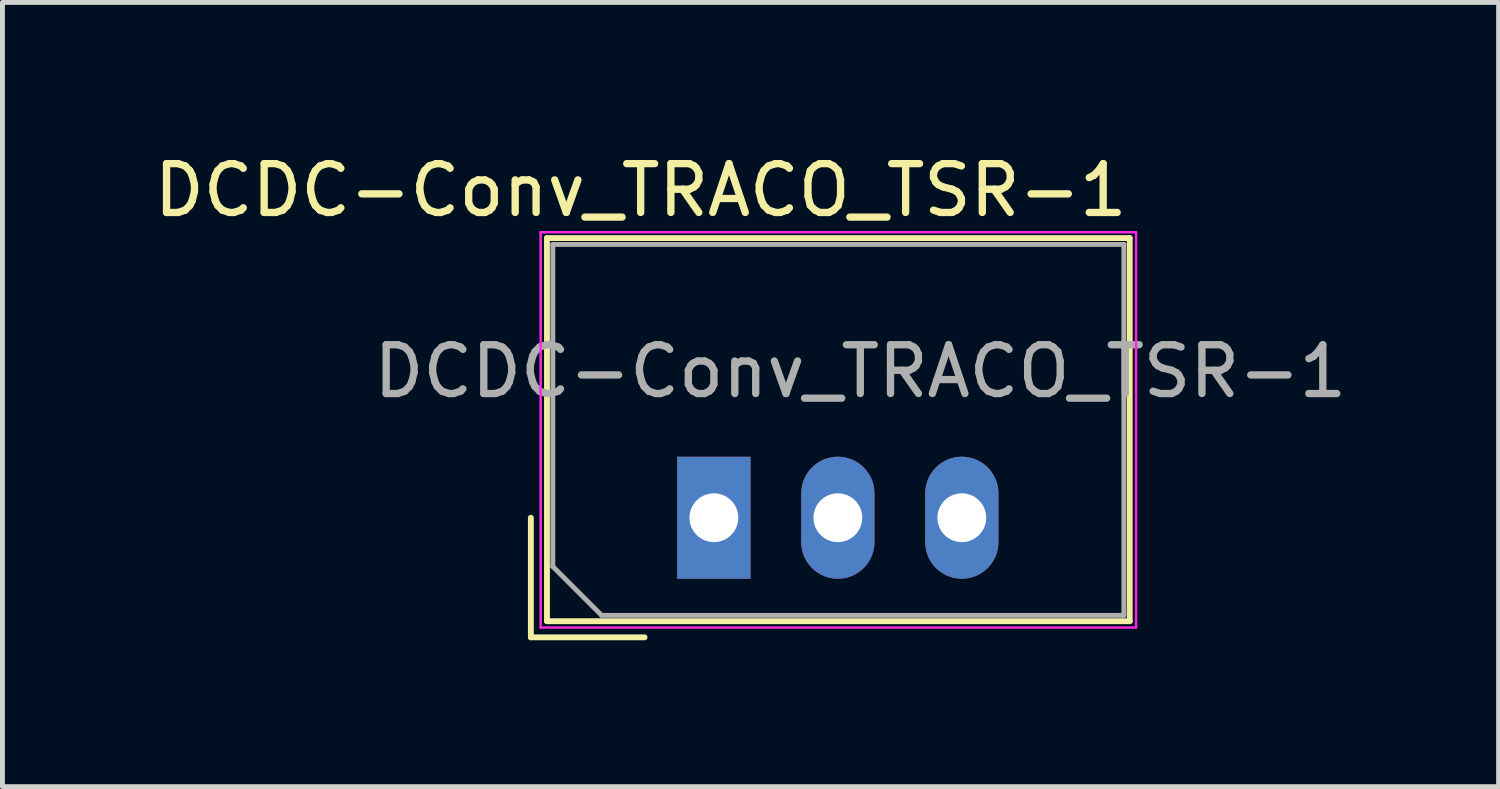
<source format=kicad_pcb>
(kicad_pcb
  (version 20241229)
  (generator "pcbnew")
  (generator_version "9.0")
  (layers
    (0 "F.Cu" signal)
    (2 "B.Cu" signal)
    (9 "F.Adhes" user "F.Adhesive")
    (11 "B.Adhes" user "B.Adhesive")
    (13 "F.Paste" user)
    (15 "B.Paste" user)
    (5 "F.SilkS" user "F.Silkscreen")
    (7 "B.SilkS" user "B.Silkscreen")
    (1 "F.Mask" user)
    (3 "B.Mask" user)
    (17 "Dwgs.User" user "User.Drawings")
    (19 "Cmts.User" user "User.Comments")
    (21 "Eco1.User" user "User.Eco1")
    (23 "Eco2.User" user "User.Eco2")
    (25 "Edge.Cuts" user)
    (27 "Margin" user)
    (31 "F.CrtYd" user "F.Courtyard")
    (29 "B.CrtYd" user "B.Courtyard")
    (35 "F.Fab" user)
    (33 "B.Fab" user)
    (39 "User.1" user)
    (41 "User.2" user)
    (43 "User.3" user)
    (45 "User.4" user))
  (footprint "DCDC-Conv_TRACO_TSR-1"
    (layer "F.Cu")
    (at 11.577 7.558)
    (property "Reference" "DCDC-Conv_TRACO_TSR-1" (at -1.5 -6.71 0) (layer "F.SilkS") (effects (font (size 1 1) (thickness 0.15))))
    (attr through_hole)
    (fp_line (start -3.75 0) (end -3.75 2.45) (stroke (width 0.12) (type solid)) (layer "F.SilkS"))
    (fp_line (start -3.75 2.45) (end -1.42 2.45) (stroke (width 0.12) (type solid)) (layer "F.SilkS"))
    (fp_line (start -3.42 -5.73) (end 8.52 -5.73) (stroke (width 0.12) (type solid)) (layer "F.SilkS"))
    (fp_line (start -3.42 2.12) (end -3.42 -5.73) (stroke (width 0.12) (type solid)) (layer "F.SilkS"))
    (fp_line (start 8.52 -5.73) (end 8.52 2.12) (stroke (width 0.12) (type solid)) (layer "F.SilkS"))
    (fp_line (start 8.52 2.12) (end -3.42 2.12) (stroke (width 0.12) (type solid)) (layer "F.SilkS"))
    (fp_line (start -3.55 -5.85) (end 8.65 -5.85) (stroke (width 0.05) (type solid)) (layer "F.CrtYd"))
    (fp_line (start -3.55 2.25) (end -3.55 -5.85) (stroke (width 0.05) (type solid)) (layer "F.CrtYd"))
    (fp_line (start 8.65 -5.85) (end 8.65 2.25) (stroke (width 0.05) (type solid)) (layer "F.CrtYd"))
    (fp_line (start 8.65 2.25) (end -3.55 2.25) (stroke (width 0.05) (type solid)) (layer "F.CrtYd"))
    (fp_line (start -3.3 -5.6) (end 8.4 -5.6) (stroke (width 0.1) (type solid)) (layer "F.Fab"))
    (fp_line (start -3.3 1) (end -3.3 -5.6) (stroke (width 0.1) (type solid)) (layer "F.Fab"))
    (fp_line (start -3.3 1) (end -2.3 2) (stroke (width 0.1) (type solid)) (layer "F.Fab"))
    (fp_line (start -2.3 2) (end 8.4 2) (stroke (width 0.1) (type solid)) (layer "F.Fab"))
    (fp_line (start 8.4 2) (end 8.4 -5.6) (stroke (width 0.1) (type solid)) (layer "F.Fab"))
    (fp_text user "${REFERENCE}" (at 3 -3 0) (layer "F.Fab") (effects (font (size 1 1) (thickness 0.15))))
    (pad "1" thru_hole rect (at 0 0) (size 1.5 2.5) (drill 1) (layers "*.Cu" "*.Mask"))
    (pad "2" thru_hole oval (at 2.54 0) (size 1.5 2.5) (drill 1) (layers "*.Cu" "*.Mask"))
    (pad "3" thru_hole oval (at 5.08 0) (size 1.5 2.5) (drill 1) (layers "*.Cu" "*.Mask")))
  (gr_rect
    (start -3 -3)
    (end 27.655 13.068)
    (stroke (width 0.1) (type default))
    (fill no)
    (layer "Edge.Cuts")))
</source>
